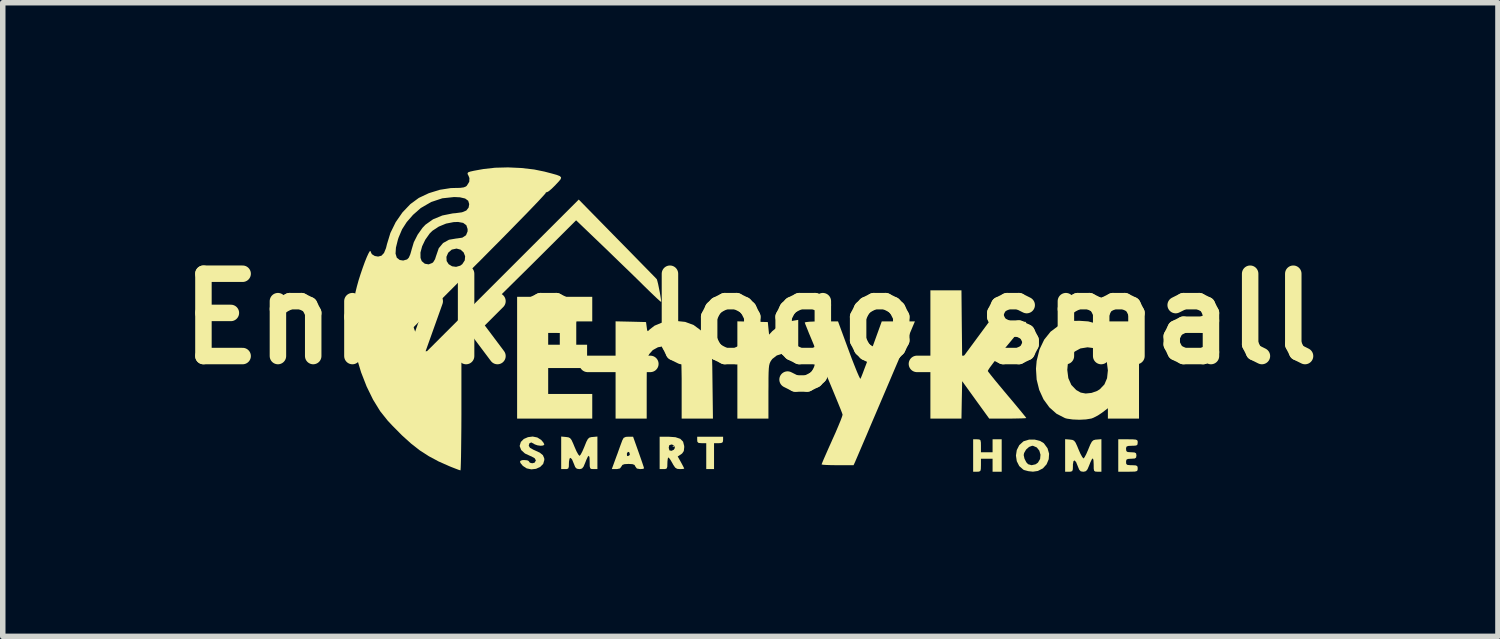
<source format=kicad_pcb>
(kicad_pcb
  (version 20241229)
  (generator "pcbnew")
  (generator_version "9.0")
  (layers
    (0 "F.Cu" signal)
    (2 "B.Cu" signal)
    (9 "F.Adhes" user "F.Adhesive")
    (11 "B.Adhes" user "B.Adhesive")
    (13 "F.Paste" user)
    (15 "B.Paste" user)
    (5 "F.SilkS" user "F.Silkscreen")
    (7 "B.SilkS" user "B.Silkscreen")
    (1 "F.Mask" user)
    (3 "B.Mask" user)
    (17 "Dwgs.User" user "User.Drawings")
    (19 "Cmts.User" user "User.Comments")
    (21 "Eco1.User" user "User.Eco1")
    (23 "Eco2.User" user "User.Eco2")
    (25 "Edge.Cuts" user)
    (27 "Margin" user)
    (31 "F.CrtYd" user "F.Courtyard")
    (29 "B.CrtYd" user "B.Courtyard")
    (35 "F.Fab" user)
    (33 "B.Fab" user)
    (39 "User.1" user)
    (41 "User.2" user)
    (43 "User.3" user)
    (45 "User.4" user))
  (footprint "Enryka_logo_small"
    (layer "F.Cu")
    (at 10.621 2.759)
    (property "Reference" "Enryka_logo_small" (at 0 0 0) (layer "F.SilkS") (effects (font (size 1.5 1.5) (thickness 0.3))))
    (attr board_only exclude_from_pos_files exclude_from_bom)
    (fp_poly (pts (xy -1.393 2.325) (xy -1.405 2.337) (xy -1.416 2.325) (xy -1.405 2.313)) (stroke (width 0) (type solid)) (fill yes) (layer "F.SilkS"))
    (fp_poly (pts (xy -0.496 2.207) (xy -0.502 2.247) (xy -0.53 2.263) (xy -0.578 2.266) (xy -0.661 2.266) (xy -0.661 2.502) (xy -0.661 2.738) (xy -0.732 2.738) (xy -0.803 2.738) (xy -0.803 2.502) (xy -0.803 2.266) (xy -0.885 2.266) (xy -0.941 2.262) (xy -0.964 2.242) (xy -0.968 2.207) (xy -0.968 2.148) (xy -0.732 2.148) (xy -0.496 2.148)) (stroke (width 0) (type solid)) (fill yes) (layer "F.SilkS"))
    (fp_poly (pts (xy -2.88 -0.177) (xy -2.88 0.047) (xy -3.281 0.047) (xy -3.683 0.047) (xy -3.683 0.26) (xy -3.683 0.472) (xy -3.328 0.472) (xy -2.974 0.472) (xy -2.974 0.685) (xy -2.974 0.897) (xy -3.328 0.897) (xy -3.683 0.897) (xy -3.683 1.133) (xy -3.683 1.369) (xy -3.281 1.369) (xy -2.88 1.369) (xy -2.88 1.593) (xy -2.88 1.818) (xy -3.564 1.818) (xy -4.249 1.818) (xy -4.249 0.708) (xy -4.249 -0.401) (xy -3.564 -0.401) (xy -2.88 -0.401)) (stroke (width 0) (type solid)) (fill yes) (layer "F.SilkS"))
    (fp_poly (pts (xy 4.173 2.198) (xy 4.194 2.214) (xy 4.201 2.255) (xy 4.202 2.313) (xy 4.202 2.431) (xy 4.308 2.431) (xy 4.414 2.431) (xy 4.414 2.313) (xy 4.414 2.195) (xy 4.497 2.195) (xy 4.58 2.195) (xy 4.58 2.49) (xy 4.58 2.786) (xy 4.497 2.786) (xy 4.414 2.786) (xy 4.414 2.667) (xy 4.414 2.549) (xy 4.308 2.549) (xy 4.202 2.549) (xy 4.202 2.667) (xy 4.2 2.737) (xy 4.191 2.772) (xy 4.166 2.784) (xy 4.131 2.786) (xy 4.06 2.786) (xy 4.06 2.49) (xy 4.06 2.195) (xy 4.131 2.195)) (stroke (width 0) (type solid)) (fill yes) (layer "F.SilkS"))
    (fp_poly (pts (xy 0.873 0.317) (xy 0.873 0.614) (xy 0.749 0.616) (xy 0.597 0.63) (xy 0.482 0.668) (xy 0.401 0.731) (xy 0.384 0.754) (xy 0.366 0.782) (xy 0.353 0.812) (xy 0.343 0.851) (xy 0.337 0.904) (xy 0.333 0.98) (xy 0.331 1.085) (xy 0.331 1.227) (xy 0.33 1.325) (xy 0.33 1.818) (xy 0.047 1.818) (xy -0.236 1.818) (xy -0.236 0.932) (xy -0.236 0.046) (xy 0.041 0.052) (xy 0.319 0.059) (xy 0.33 0.173) (xy 0.342 0.288) (xy 0.401 0.224) (xy 0.488 0.153) (xy 0.602 0.091) (xy 0.724 0.047) (xy 0.773 0.036) (xy 0.873 0.019)) (stroke (width 0) (type solid)) (fill yes) (layer "F.SilkS"))
    (fp_poly (pts (xy 5.184 2.201) (xy 5.283 2.227) (xy 5.348 2.267) (xy 5.415 2.358) (xy 5.444 2.458) (xy 5.437 2.558) (xy 5.398 2.651) (xy 5.331 2.725) (xy 5.239 2.772) (xy 5.15 2.785) (xy 5.067 2.776) (xy 4.994 2.757) (xy 4.975 2.749) (xy 4.9 2.683) (xy 4.855 2.594) (xy 4.84 2.493) (xy 4.841 2.483) (xy 4.981 2.483) (xy 4.995 2.548) (xy 5.028 2.613) (xy 5.061 2.649) (xy 5.125 2.667) (xy 5.197 2.651) (xy 5.241 2.62) (xy 5.28 2.553) (xy 5.287 2.476) (xy 5.266 2.402) (xy 5.22 2.344) (xy 5.154 2.315) (xy 5.136 2.313) (xy 5.079 2.334) (xy 5.024 2.383) (xy 4.988 2.446) (xy 4.981 2.483) (xy 4.841 2.483) (xy 4.855 2.391) (xy 4.901 2.301) (xy 4.976 2.233) (xy 4.985 2.229) (xy 5.078 2.201)) (stroke (width 0) (type solid)) (fill yes) (layer "F.SilkS"))
    (fp_poly (pts (xy -2.036 2.429) (xy -1.998 2.537) (xy -1.967 2.627) (xy -1.945 2.693) (xy -1.936 2.723) (xy -1.936 2.724) (xy -1.956 2.734) (xy -2.006 2.738) (xy -2.009 2.738) (xy -2.067 2.728) (xy -2.094 2.693) (xy -2.094 2.691) (xy -2.11 2.662) (xy -2.147 2.648) (xy -2.217 2.644) (xy -2.22 2.644) (xy -2.292 2.648) (xy -2.331 2.662) (xy -2.349 2.691) (xy -2.375 2.726) (xy -2.431 2.738) (xy -2.444 2.738) (xy -2.524 2.738) (xy -2.44 2.508) (xy -2.42 2.455) (xy -2.249 2.455) (xy -2.247 2.495) (xy -2.229 2.502) (xy -2.199 2.483) (xy -2.195 2.468) (xy -2.207 2.429) (xy -2.231 2.424) (xy -2.249 2.455) (xy -2.42 2.455) (xy -2.402 2.404) (xy -2.368 2.31) (xy -2.342 2.24) (xy -2.332 2.213) (xy -2.308 2.169) (xy -2.268 2.151) (xy -2.222 2.148) (xy -2.136 2.148)) (stroke (width 0) (type solid)) (fill yes) (layer "F.SilkS"))
    (fp_poly (pts (xy -1.364 2.157) (xy -1.277 2.186) (xy -1.225 2.238) (xy -1.205 2.316) (xy -1.204 2.338) (xy -1.212 2.409) (xy -1.242 2.453) (xy -1.263 2.469) (xy -1.323 2.508) (xy -1.263 2.614) (xy -1.23 2.676) (xy -1.208 2.719) (xy -1.204 2.729) (xy -1.225 2.735) (xy -1.275 2.738) (xy -1.283 2.738) (xy -1.334 2.733) (xy -1.37 2.71) (xy -1.405 2.658) (xy -1.419 2.632) (xy -1.454 2.572) (xy -1.483 2.533) (xy -1.493 2.526) (xy -1.504 2.547) (xy -1.51 2.6) (xy -1.511 2.632) (xy -1.513 2.697) (xy -1.525 2.728) (xy -1.555 2.738) (xy -1.582 2.738) (xy -1.652 2.738) (xy -1.652 2.443) (xy -1.652 2.349) (xy -1.487 2.349) (xy -1.474 2.397) (xy -1.436 2.405) (xy -1.395 2.386) (xy -1.374 2.352) (xy -1.386 2.315) (xy -1.424 2.291) (xy -1.439 2.29) (xy -1.477 2.303) (xy -1.487 2.349) (xy -1.652 2.349) (xy -1.652 2.148) (xy -1.49 2.148)) (stroke (width 0) (type solid)) (fill yes) (layer "F.SilkS"))
    (fp_poly (pts (xy 6.971 2.196) (xy 7.024 2.201) (xy 7.049 2.212) (xy 7.058 2.234) (xy 7.058 2.254) (xy 7.054 2.291) (xy 7.032 2.308) (xy 6.981 2.313) (xy 6.952 2.313) (xy 6.886 2.316) (xy 6.855 2.328) (xy 6.846 2.356) (xy 6.846 2.372) (xy 6.851 2.41) (xy 6.875 2.427) (xy 6.932 2.431) (xy 6.94 2.431) (xy 7.001 2.435) (xy 7.028 2.45) (xy 7.035 2.485) (xy 7.035 2.49) (xy 7.029 2.528) (xy 7.005 2.545) (xy 6.948 2.549) (xy 6.94 2.549) (xy 6.879 2.553) (xy 6.852 2.568) (xy 6.846 2.603) (xy 6.846 2.608) (xy 6.85 2.645) (xy 6.872 2.662) (xy 6.923 2.667) (xy 6.952 2.667) (xy 7.018 2.67) (xy 7.049 2.682) (xy 7.058 2.711) (xy 7.058 2.726) (xy 7.056 2.757) (xy 7.043 2.774) (xy 7.008 2.783) (xy 6.943 2.785) (xy 6.881 2.786) (xy 6.704 2.786) (xy 6.704 2.49) (xy 6.704 2.195) (xy 6.881 2.195)) (stroke (width 0) (type solid)) (fill yes) (layer "F.SilkS"))
    (fp_poly (pts (xy -3.881 2.162) (xy -3.811 2.206) (xy -3.772 2.252) (xy -3.754 2.286) (xy -3.753 2.289) (xy -3.773 2.308) (xy -3.82 2.313) (xy -3.878 2.305) (xy -3.929 2.287) (xy -3.945 2.276) (xy -3.992 2.252) (xy -4.026 2.269) (xy -4.037 2.312) (xy -4.015 2.35) (xy -3.947 2.388) (xy -3.93 2.395) (xy -3.835 2.439) (xy -3.779 2.485) (xy -3.755 2.542) (xy -3.753 2.571) (xy -3.774 2.643) (xy -3.828 2.698) (xy -3.904 2.733) (xy -3.99 2.743) (xy -4.075 2.725) (xy -4.144 2.68) (xy -4.19 2.625) (xy -4.195 2.591) (xy -4.159 2.575) (xy -4.119 2.573) (xy -4.065 2.578) (xy -4.037 2.591) (xy -4.037 2.594) (xy -4.017 2.621) (xy -3.975 2.632) (xy -3.933 2.622) (xy -3.929 2.619) (xy -3.907 2.58) (xy -3.929 2.54) (xy -3.99 2.506) (xy -4.002 2.502) (xy -4.106 2.454) (xy -4.175 2.391) (xy -4.202 2.32) (xy -4.202 2.313) (xy -4.181 2.243) (xy -4.127 2.189) (xy -4.051 2.156) (xy -3.965 2.145)) (stroke (width 0) (type solid)) (fill yes) (layer "F.SilkS"))
    (fp_poly (pts (xy 3.853 0.1) (xy 3.86 0.719) (xy 4.107 0.384) (xy 4.355 0.048) (xy 4.692 0.048) (xy 4.812 0.048) (xy 4.913 0.05) (xy 4.986 0.053) (xy 5.025 0.057) (xy 5.028 0.059) (xy 5.014 0.079) (xy 4.973 0.131) (xy 4.91 0.208) (xy 4.83 0.306) (xy 4.736 0.42) (xy 4.672 0.497) (xy 4.572 0.619) (xy 4.484 0.729) (xy 4.412 0.823) (xy 4.359 0.895) (xy 4.331 0.94) (xy 4.327 0.952) (xy 4.345 0.977) (xy 4.389 1.033) (xy 4.454 1.114) (xy 4.537 1.214) (xy 4.632 1.328) (xy 4.683 1.389) (xy 4.782 1.506) (xy 4.87 1.612) (xy 4.942 1.699) (xy 4.995 1.764) (xy 5.024 1.801) (xy 5.028 1.808) (xy 5.006 1.811) (xy 4.945 1.814) (xy 4.853 1.816) (xy 4.74 1.818) (xy 4.691 1.818) (xy 4.353 1.818) (xy 4.106 1.477) (xy 3.86 1.136) (xy 3.853 1.477) (xy 3.847 1.818) (xy 3.564 1.818) (xy 3.281 1.818) (xy 3.281 0.649) (xy 3.281 -0.519) (xy 3.564 -0.519) (xy 3.847 -0.519)) (stroke (width 0) (type solid)) (fill yes) (layer "F.SilkS"))
    (fp_poly (pts (xy -2.786 2.442) (xy -2.786 2.738) (xy -2.856 2.738) (xy -2.896 2.736) (xy -2.917 2.723) (xy -2.926 2.686) (xy -2.927 2.614) (xy -2.927 2.604) (xy -2.93 2.528) (xy -2.94 2.496) (xy -2.959 2.509) (xy -2.987 2.568) (xy -3.01 2.626) (xy -3.039 2.694) (xy -3.066 2.727) (xy -3.104 2.738) (xy -3.117 2.738) (xy -3.161 2.731) (xy -3.19 2.703) (xy -3.215 2.641) (xy -3.216 2.639) (xy -3.247 2.564) (xy -3.274 2.533) (xy -3.294 2.546) (xy -3.304 2.604) (xy -3.305 2.63) (xy -3.307 2.696) (xy -3.318 2.728) (xy -3.347 2.738) (xy -3.376 2.738) (xy -3.446 2.738) (xy -3.446 2.442) (xy -3.446 2.145) (xy -3.359 2.153) (xy -3.315 2.159) (xy -3.284 2.174) (xy -3.258 2.207) (xy -3.229 2.269) (xy -3.203 2.332) (xy -3.168 2.412) (xy -3.136 2.47) (xy -3.113 2.496) (xy -3.11 2.496) (xy -3.09 2.472) (xy -3.06 2.415) (xy -3.026 2.337) (xy -3.021 2.324) (xy -2.987 2.24) (xy -2.96 2.19) (xy -2.933 2.165) (xy -2.896 2.155) (xy -2.871 2.153) (xy -2.786 2.145)) (stroke (width 0) (type solid)) (fill yes) (layer "F.SilkS"))
    (fp_poly (pts (xy 6.397 2.489) (xy 6.397 2.786) (xy 6.326 2.786) (xy 6.286 2.783) (xy 6.265 2.77) (xy 6.257 2.733) (xy 6.256 2.661) (xy 6.256 2.651) (xy 6.252 2.575) (xy 6.242 2.543) (xy 6.224 2.557) (xy 6.196 2.615) (xy 6.173 2.673) (xy 6.144 2.741) (xy 6.116 2.775) (xy 6.079 2.785) (xy 6.065 2.786) (xy 6.021 2.779) (xy 5.993 2.75) (xy 5.967 2.688) (xy 5.967 2.687) (xy 5.936 2.611) (xy 5.908 2.58) (xy 5.888 2.593) (xy 5.878 2.651) (xy 5.878 2.677) (xy 5.876 2.743) (xy 5.865 2.775) (xy 5.835 2.785) (xy 5.807 2.786) (xy 5.736 2.786) (xy 5.736 2.489) (xy 5.736 2.193) (xy 5.823 2.2) (xy 5.868 2.206) (xy 5.899 2.221) (xy 5.925 2.254) (xy 5.954 2.316) (xy 5.98 2.379) (xy 6.015 2.459) (xy 6.047 2.517) (xy 6.069 2.543) (xy 6.073 2.543) (xy 6.092 2.519) (xy 6.122 2.462) (xy 6.156 2.384) (xy 6.161 2.371) (xy 6.196 2.287) (xy 6.223 2.238) (xy 6.25 2.213) (xy 6.286 2.202) (xy 6.312 2.2) (xy 6.397 2.193)) (stroke (width 0) (type solid)) (fill yes) (layer "F.SilkS"))
    (fp_poly (pts (xy -1.187 0.056) (xy -1.033 0.113) (xy -0.904 0.208) (xy -0.8 0.344) (xy -0.757 0.425) (xy -0.739 0.465) (xy -0.725 0.502) (xy -0.714 0.544) (xy -0.706 0.595) (xy -0.7 0.663) (xy -0.696 0.754) (xy -0.693 0.874) (xy -0.691 1.029) (xy -0.689 1.186) (xy -0.681 1.818) (xy -0.966 1.818) (xy -1.251 1.818) (xy -1.251 1.269) (xy -1.251 1.092) (xy -1.253 0.957) (xy -1.255 0.855) (xy -1.259 0.781) (xy -1.266 0.729) (xy -1.275 0.69) (xy -1.288 0.661) (xy -1.299 0.642) (xy -1.373 0.562) (xy -1.469 0.514) (xy -1.576 0.5) (xy -1.683 0.518) (xy -1.777 0.57) (xy -1.841 0.642) (xy -1.856 0.67) (xy -1.868 0.702) (xy -1.876 0.744) (xy -1.882 0.803) (xy -1.885 0.885) (xy -1.887 0.997) (xy -1.888 1.145) (xy -1.888 1.269) (xy -1.888 1.818) (xy -2.172 1.818) (xy -2.455 1.818) (xy -2.455 0.932) (xy -2.455 0.046) (xy -2.178 0.052) (xy -1.9 0.059) (xy -1.888 0.15) (xy -1.88 0.208) (xy -1.868 0.225) (xy -1.847 0.208) (xy -1.834 0.194) (xy -1.745 0.125) (xy -1.623 0.074) (xy -1.479 0.044) (xy -1.369 0.037)) (stroke (width 0) (type solid)) (fill yes) (layer "F.SilkS"))
    (fp_poly (pts (xy 6.157 0.047) (xy 6.283 0.081) (xy 6.384 0.142) (xy 6.43 0.186) (xy 6.475 0.227) (xy 6.502 0.227) (xy 6.514 0.183) (xy 6.515 0.142) (xy 6.515 0.047) (xy 6.799 0.047) (xy 7.082 0.047) (xy 7.082 0.932) (xy 7.082 1.818) (xy 6.799 1.818) (xy 6.515 1.818) (xy 6.515 1.723) (xy 6.515 1.629) (xy 6.408 1.711) (xy 6.331 1.762) (xy 6.251 1.803) (xy 6.214 1.817) (xy 6.115 1.833) (xy 5.996 1.839) (xy 5.874 1.834) (xy 5.77 1.819) (xy 5.734 1.809) (xy 5.58 1.73) (xy 5.449 1.614) (xy 5.342 1.467) (xy 5.264 1.296) (xy 5.217 1.107) (xy 5.206 0.93) (xy 5.775 0.93) (xy 5.794 1.081) (xy 5.849 1.205) (xy 5.939 1.298) (xy 6.02 1.344) (xy 6.11 1.361) (xy 6.217 1.35) (xy 6.319 1.314) (xy 6.368 1.283) (xy 6.452 1.195) (xy 6.5 1.082) (xy 6.515 0.939) (xy 6.496 0.791) (xy 6.444 0.671) (xy 6.362 0.584) (xy 6.252 0.533) (xy 6.144 0.519) (xy 6.014 0.54) (xy 5.908 0.598) (xy 5.831 0.691) (xy 5.786 0.815) (xy 5.775 0.93) (xy 5.206 0.93) (xy 5.205 0.907) (xy 5.217 0.767) (xy 5.269 0.558) (xy 5.354 0.38) (xy 5.471 0.234) (xy 5.62 0.123) (xy 5.662 0.101) (xy 5.738 0.067) (xy 5.808 0.047) (xy 5.889 0.038) (xy 5.996 0.036)) (stroke (width 0) (type solid)) (fill yes) (layer "F.SilkS"))
    (fp_poly (pts (xy 1.794 0.579) (xy 1.849 0.727) (xy 1.9 0.857) (xy 1.943 0.964) (xy 1.977 1.042) (xy 1.999 1.086) (xy 2.006 1.093) (xy 2.019 1.066) (xy 2.045 1.001) (xy 2.081 0.905) (xy 2.127 0.784) (xy 2.178 0.645) (xy 2.209 0.561) (xy 2.395 0.047) (xy 2.697 0.047) (xy 2.999 0.047) (xy 2.966 0.124) (xy 2.938 0.191) (xy 2.895 0.293) (xy 2.839 0.424) (xy 2.774 0.578) (xy 2.7 0.753) (xy 2.619 0.942) (xy 2.535 1.14) (xy 2.448 1.344) (xy 2.361 1.548) (xy 2.276 1.747) (xy 2.195 1.936) (xy 2.121 2.112) (xy 2.054 2.268) (xy 1.998 2.399) (xy 1.954 2.502) (xy 1.924 2.572) (xy 1.911 2.602) (xy 1.911 2.603) (xy 1.881 2.667) (xy 1.59 2.667) (xy 1.479 2.666) (xy 1.387 2.663) (xy 1.324 2.659) (xy 1.298 2.653) (xy 1.298 2.653) (xy 1.308 2.628) (xy 1.333 2.567) (xy 1.373 2.476) (xy 1.423 2.362) (xy 1.481 2.233) (xy 1.491 2.21) (xy 1.551 2.077) (xy 1.602 1.957) (xy 1.643 1.858) (xy 1.67 1.786) (xy 1.681 1.749) (xy 1.681 1.747) (xy 1.672 1.718) (xy 1.646 1.65) (xy 1.605 1.549) (xy 1.552 1.42) (xy 1.489 1.267) (xy 1.418 1.097) (xy 1.341 0.913) (xy 1.335 0.899) (xy 1.257 0.715) (xy 1.186 0.545) (xy 1.123 0.393) (xy 1.069 0.264) (xy 1.029 0.164) (xy 1.002 0.097) (xy 0.992 0.068) (xy 0.991 0.067) (xy 1.014 0.06) (xy 1.074 0.053) (xy 1.164 0.049) (xy 1.275 0.047) (xy 1.295 0.047) (xy 1.598 0.047)) (stroke (width 0) (type solid)) (fill yes) (layer "F.SilkS"))
    (fp_poly (pts (xy -4.172 -2.748) (xy -3.939 -2.721) (xy -3.753 -2.683) (xy -3.619 -2.648) (xy -3.526 -2.622) (xy -3.47 -2.6) (xy -3.448 -2.577) (xy -3.454 -2.547) (xy -3.486 -2.507) (xy -3.539 -2.451) (xy -3.552 -2.436) (xy -3.619 -2.37) (xy -3.674 -2.324) (xy -3.709 -2.305) (xy -3.715 -2.306) (xy -3.729 -2.308) (xy -3.723 -2.301) (xy -3.736 -2.281) (xy -3.781 -2.231) (xy -3.853 -2.153) (xy -3.952 -2.049) (xy -4.074 -1.922) (xy -4.217 -1.776) (xy -4.378 -1.611) (xy -4.554 -1.432) (xy -4.745 -1.24) (xy -4.945 -1.038) (xy -4.968 -1.016) (xy -6.232 0.249) (xy -6.232 0.351) (xy -6.212 0.456) (xy -6.155 0.534) (xy -6.068 0.58) (xy -5.992 0.59) (xy -5.891 0.59) (xy -4.509 -0.791) (xy -3.126 -2.173) (xy -2.419 -1.452) (xy -2.269 -1.3) (xy -2.13 -1.158) (xy -2.005 -1.03) (xy -1.897 -0.92) (xy -1.81 -0.831) (xy -1.747 -0.767) (xy -1.712 -0.73) (xy -1.705 -0.724) (xy -1.695 -0.694) (xy -1.68 -0.634) (xy -1.664 -0.556) (xy -1.647 -0.471) (xy -1.634 -0.394) (xy -1.625 -0.335) (xy -1.624 -0.307) (xy -1.625 -0.307) (xy -1.646 -0.323) (xy -1.695 -0.367) (xy -1.765 -0.433) (xy -1.852 -0.517) (xy -1.936 -0.599) (xy -2.037 -0.699) (xy -2.164 -0.823) (xy -2.308 -0.962) (xy -2.459 -1.108) (xy -2.608 -1.253) (xy -2.702 -1.343) (xy -3.174 -1.795) (xy -3.847 -1.124) (xy -4.013 -0.959) (xy -4.185 -0.789) (xy -4.356 -0.62) (xy -4.52 -0.458) (xy -4.67 -0.311) (xy -4.799 -0.185) (xy -4.892 -0.093) (xy -5.264 0.268) (xy -5.264 1.515) (xy -5.264 1.752) (xy -5.265 1.975) (xy -5.267 2.179) (xy -5.269 2.359) (xy -5.271 2.511) (xy -5.274 2.631) (xy -5.277 2.714) (xy -5.28 2.757) (xy -5.282 2.761) (xy -5.31 2.753) (xy -5.371 2.73) (xy -5.453 2.698) (xy -5.489 2.683) (xy -5.683 2.597) (xy -5.858 2.503) (xy -6.021 2.398) (xy -6.181 2.273) (xy -6.347 2.123) (xy -6.526 1.942) (xy -6.609 1.853) (xy -6.745 1.682) (xy -6.874 1.472) (xy -6.991 1.233) (xy -7.092 0.974) (xy -7.173 0.705) (xy -7.178 0.685) (xy -7.208 0.52) (xy -7.227 0.324) (xy -7.236 0.112) (xy -7.234 -0.102) (xy -7.22 -0.303) (xy -7.196 -0.476) (xy -7.193 -0.49) (xy -7.168 -0.591) (xy -7.137 -0.703) (xy -7.1 -0.819) (xy -7.061 -0.933) (xy -7.023 -1.038) (xy -6.987 -1.127) (xy -6.956 -1.194) (xy -6.933 -1.233) (xy -6.92 -1.236) (xy -6.917 -1.222) (xy -6.896 -1.178) (xy -6.843 -1.145) (xy -6.782 -1.134) (xy -6.721 -1.15) (xy -6.685 -1.188) (xy -6.464 -1.188) (xy -6.441 -1.113) (xy -6.388 -1.072) (xy -6.325 -1.062) (xy -6.254 -1.082) (xy -6.222 -1.115) (xy -6.196 -1.174) (xy -6.186 -1.208) (xy -6.01 -1.208) (xy -6.009 -1.11) (xy -5.987 -1.051) (xy -5.931 -1.004) (xy -5.861 -0.992) (xy -5.794 -1.018) (xy -5.776 -1.034) (xy -5.744 -1.087) (xy -5.731 -1.129) (xy -5.537 -1.129) (xy -5.533 -1.053) (xy -5.496 -0.995) (xy -5.434 -0.957) (xy -5.361 -0.947) (xy -5.286 -0.968) (xy -5.248 -0.996) (xy -5.203 -1.065) (xy -5.196 -1.14) (xy -5.223 -1.209) (xy -5.278 -1.26) (xy -5.353 -1.28) (xy -5.44 -1.261) (xy -5.505 -1.204) (xy -5.537 -1.129) (xy -5.731 -1.129) (xy -5.722 -1.156) (xy -5.721 -1.158) (xy -5.677 -1.286) (xy -5.598 -1.381) (xy -5.49 -1.441) (xy -5.355 -1.464) (xy -5.348 -1.464) (xy -5.247 -1.479) (xy -5.18 -1.523) (xy -5.151 -1.594) (xy -5.151 -1.636) (xy -5.174 -1.705) (xy -5.232 -1.748) (xy -5.325 -1.765) (xy -5.407 -1.762) (xy -5.544 -1.735) (xy -5.677 -1.68) (xy -5.791 -1.605) (xy -5.841 -1.556) (xy -5.923 -1.44) (xy -5.98 -1.321) (xy -6.01 -1.208) (xy -6.186 -1.208) (xy -6.174 -1.25) (xy -6.171 -1.263) (xy -6.131 -1.396) (xy -6.061 -1.534) (xy -5.973 -1.658) (xy -5.919 -1.715) (xy -5.781 -1.813) (xy -5.611 -1.883) (xy -5.421 -1.921) (xy -5.371 -1.925) (xy -5.253 -1.941) (xy -5.175 -1.973) (xy -5.133 -2.026) (xy -5.122 -2.09) (xy -5.14 -2.151) (xy -5.196 -2.192) (xy -5.291 -2.214) (xy -5.396 -2.219) (xy -5.612 -2.196) (xy -5.816 -2.128) (xy -6.005 -2.018) (xy -6.146 -1.894) (xy -6.261 -1.762) (xy -6.345 -1.631) (xy -6.408 -1.482) (xy -6.421 -1.443) (xy -6.457 -1.298) (xy -6.464 -1.188) (xy -6.685 -1.188) (xy -6.674 -1.2) (xy -6.638 -1.288) (xy -6.62 -1.361) (xy -6.558 -1.564) (xy -6.462 -1.76) (xy -6.338 -1.939) (xy -6.193 -2.091) (xy -6.04 -2.203) (xy -5.858 -2.289) (xy -5.657 -2.351) (xy -5.458 -2.382) (xy -5.388 -2.384) (xy -5.286 -2.386) (xy -5.221 -2.395) (xy -5.182 -2.411) (xy -5.165 -2.426) (xy -5.121 -2.497) (xy -5.118 -2.564) (xy -5.134 -2.605) (xy -5.149 -2.633) (xy -5.152 -2.654) (xy -5.139 -2.67) (xy -5.102 -2.683) (xy -5.035 -2.698) (xy -4.931 -2.717) (xy -4.863 -2.729) (xy -4.651 -2.753) (xy -4.415 -2.759)) (stroke (width 0) (type solid)) (fill yes) (layer "F.SilkS")))
  (gr_rect
    (start -3 -3)
    (end 24.243 8.545)
    (stroke (width 0.1) (type default))
    (fill no)
    (layer "Edge.Cuts")))
</source>
